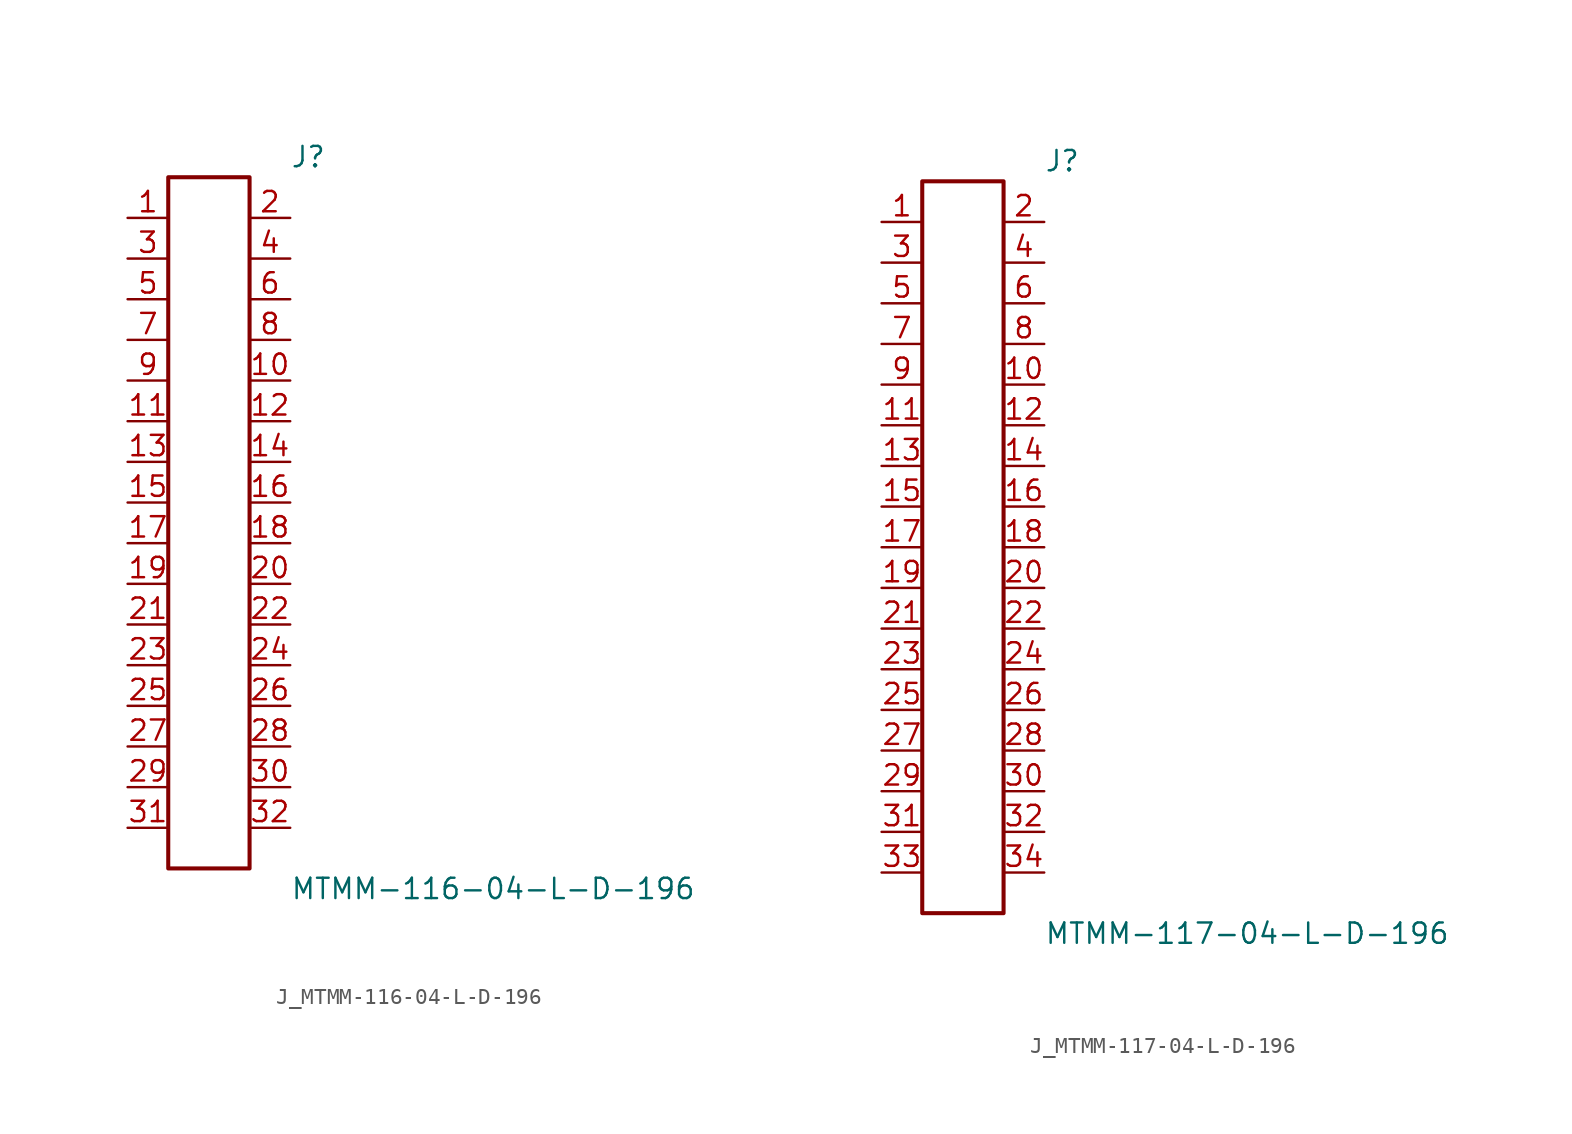
<source format=kicad_sym>
(kicad_symbol_lib
  (version 20231120)
  (generator kicad_symbol_editor)
  (generator_version 8.0)
  (symbol "J_MTMM-116-04-L-D-196"
    (pin_names
      (offset 0.254))
    (property "Reference" "J"
      (at 5.08 22.86 0)
      (effects (font (size 1.27 1.27)) (justify left)))
    (property "Value" "MTMM-116-04-L-D-196"
      (at 5.08 -22.86 0)
      (effects (font (size 1.27 1.27)) (justify left)))
    (symbol "J_MTMM-116-04-L-D-196_0_0"
      (pin passive line (at -5.08 19.05 0) (length 2.54) (name "" (effects (font (size 1.27 1.27)))) (number "1" (effects (font (size 1.27 1.27)))))
      (pin passive line (at 5.08 19.05 180) (length 2.54) (name "" (effects (font (size 1.27 1.27)))) (number "2" (effects (font (size 1.27 1.27)))))
      (pin passive line (at -5.08 16.51 0) (length 2.54) (name "" (effects (font (size 1.27 1.27)))) (number "3" (effects (font (size 1.27 1.27)))))
      (pin passive line (at 5.08 16.51 180) (length 2.54) (name "" (effects (font (size 1.27 1.27)))) (number "4" (effects (font (size 1.27 1.27)))))
      (pin passive line (at -5.08 13.97 0) (length 2.54) (name "" (effects (font (size 1.27 1.27)))) (number "5" (effects (font (size 1.27 1.27)))))
      (pin passive line (at 5.08 13.97 180) (length 2.54) (name "" (effects (font (size 1.27 1.27)))) (number "6" (effects (font (size 1.27 1.27)))))
      (pin passive line (at -5.08 11.43 0) (length 2.54) (name "" (effects (font (size 1.27 1.27)))) (number "7" (effects (font (size 1.27 1.27)))))
      (pin passive line (at 5.08 11.43 180) (length 2.54) (name "" (effects (font (size 1.27 1.27)))) (number "8" (effects (font (size 1.27 1.27)))))
      (pin passive line (at -5.08 8.89 0) (length 2.54) (name "" (effects (font (size 1.27 1.27)))) (number "9" (effects (font (size 1.27 1.27)))))
      (pin passive line (at 5.08 8.89 180) (length 2.54) (name "" (effects (font (size 1.27 1.27)))) (number "10" (effects (font (size 1.27 1.27)))))
      (pin passive line (at -5.08 6.35 0) (length 2.54) (name "" (effects (font (size 1.27 1.27)))) (number "11" (effects (font (size 1.27 1.27)))))
      (pin passive line (at 5.08 6.35 180) (length 2.54) (name "" (effects (font (size 1.27 1.27)))) (number "12" (effects (font (size 1.27 1.27)))))
      (pin passive line (at -5.08 3.81 0) (length 2.54) (name "" (effects (font (size 1.27 1.27)))) (number "13" (effects (font (size 1.27 1.27)))))
      (pin passive line (at 5.08 3.81 180) (length 2.54) (name "" (effects (font (size 1.27 1.27)))) (number "14" (effects (font (size 1.27 1.27)))))
      (pin passive line (at -5.08 1.27 0) (length 2.54) (name "" (effects (font (size 1.27 1.27)))) (number "15" (effects (font (size 1.27 1.27)))))
      (pin passive line (at 5.08 1.27 180) (length 2.54) (name "" (effects (font (size 1.27 1.27)))) (number "16" (effects (font (size 1.27 1.27)))))
      (pin passive line (at -5.08 -1.27 0) (length 2.54) (name "" (effects (font (size 1.27 1.27)))) (number "17" (effects (font (size 1.27 1.27)))))
      (pin passive line (at 5.08 -1.27 180) (length 2.54) (name "" (effects (font (size 1.27 1.27)))) (number "18" (effects (font (size 1.27 1.27)))))
      (pin passive line (at -5.08 -3.81 0) (length 2.54) (name "" (effects (font (size 1.27 1.27)))) (number "19" (effects (font (size 1.27 1.27)))))
      (pin passive line (at 5.08 -3.81 180) (length 2.54) (name "" (effects (font (size 1.27 1.27)))) (number "20" (effects (font (size 1.27 1.27)))))
      (pin passive line (at -5.08 -6.35 0) (length 2.54) (name "" (effects (font (size 1.27 1.27)))) (number "21" (effects (font (size 1.27 1.27)))))
      (pin passive line (at 5.08 -6.35 180) (length 2.54) (name "" (effects (font (size 1.27 1.27)))) (number "22" (effects (font (size 1.27 1.27)))))
      (pin passive line (at -5.08 -8.89 0) (length 2.54) (name "" (effects (font (size 1.27 1.27)))) (number "23" (effects (font (size 1.27 1.27)))))
      (pin passive line (at 5.08 -8.89 180) (length 2.54) (name "" (effects (font (size 1.27 1.27)))) (number "24" (effects (font (size 1.27 1.27)))))
      (pin passive line (at -5.08 -11.43 0) (length 2.54) (name "" (effects (font (size 1.27 1.27)))) (number "25" (effects (font (size 1.27 1.27)))))
      (pin passive line (at 5.08 -11.43 180) (length 2.54) (name "" (effects (font (size 1.27 1.27)))) (number "26" (effects (font (size 1.27 1.27)))))
      (pin passive line (at -5.08 -13.97 0) (length 2.54) (name "" (effects (font (size 1.27 1.27)))) (number "27" (effects (font (size 1.27 1.27)))))
      (pin passive line (at 5.08 -13.97 180) (length 2.54) (name "" (effects (font (size 1.27 1.27)))) (number "28" (effects (font (size 1.27 1.27)))))
      (pin passive line (at -5.08 -16.51 0) (length 2.54) (name "" (effects (font (size 1.27 1.27)))) (number "29" (effects (font (size 1.27 1.27)))))
      (pin passive line (at 5.08 -16.51 180) (length 2.54) (name "" (effects (font (size 1.27 1.27)))) (number "30" (effects (font (size 1.27 1.27)))))
      (pin passive line (at -5.08 -19.05 0) (length 2.54) (name "" (effects (font (size 1.27 1.27)))) (number "31" (effects (font (size 1.27 1.27)))))
      (pin passive line (at 5.08 -19.05 180) (length 2.54) (name "" (effects (font (size 1.27 1.27)))) (number "32" (effects (font (size 1.27 1.27))))))
    (symbol "J_MTMM-116-04-L-D-196_1_0"
      (rectangle (start -2.54 21.59) (end 2.54 -21.59) (stroke (width 0.254) (type solid)) (fill (type none)))))
  (symbol "J_MTMM-117-04-L-D-196"
    (pin_names
      (offset 0.254))
    (property "Reference" "J"
      (at 5.08 24.13 0)
      (effects (font (size 1.27 1.27)) (justify left)))
    (property "Value" "MTMM-117-04-L-D-196"
      (at 5.08 -24.13 0)
      (effects (font (size 1.27 1.27)) (justify left)))
    (symbol "J_MTMM-117-04-L-D-196_0_0"
      (pin passive line (at -5.08 20.32 0) (length 2.54) (name "" (effects (font (size 1.27 1.27)))) (number "1" (effects (font (size 1.27 1.27)))))
      (pin passive line (at 5.08 20.32 180) (length 2.54) (name "" (effects (font (size 1.27 1.27)))) (number "2" (effects (font (size 1.27 1.27)))))
      (pin passive line (at -5.08 17.78 0) (length 2.54) (name "" (effects (font (size 1.27 1.27)))) (number "3" (effects (font (size 1.27 1.27)))))
      (pin passive line (at 5.08 17.78 180) (length 2.54) (name "" (effects (font (size 1.27 1.27)))) (number "4" (effects (font (size 1.27 1.27)))))
      (pin passive line (at -5.08 15.24 0) (length 2.54) (name "" (effects (font (size 1.27 1.27)))) (number "5" (effects (font (size 1.27 1.27)))))
      (pin passive line (at 5.08 15.24 180) (length 2.54) (name "" (effects (font (size 1.27 1.27)))) (number "6" (effects (font (size 1.27 1.27)))))
      (pin passive line (at -5.08 12.7 0) (length 2.54) (name "" (effects (font (size 1.27 1.27)))) (number "7" (effects (font (size 1.27 1.27)))))
      (pin passive line (at 5.08 12.7 180) (length 2.54) (name "" (effects (font (size 1.27 1.27)))) (number "8" (effects (font (size 1.27 1.27)))))
      (pin passive line (at -5.08 10.16 0) (length 2.54) (name "" (effects (font (size 1.27 1.27)))) (number "9" (effects (font (size 1.27 1.27)))))
      (pin passive line (at 5.08 10.16 180) (length 2.54) (name "" (effects (font (size 1.27 1.27)))) (number "10" (effects (font (size 1.27 1.27)))))
      (pin passive line (at -5.08 7.62 0) (length 2.54) (name "" (effects (font (size 1.27 1.27)))) (number "11" (effects (font (size 1.27 1.27)))))
      (pin passive line (at 5.08 7.62 180) (length 2.54) (name "" (effects (font (size 1.27 1.27)))) (number "12" (effects (font (size 1.27 1.27)))))
      (pin passive line (at -5.08 5.08 0) (length 2.54) (name "" (effects (font (size 1.27 1.27)))) (number "13" (effects (font (size 1.27 1.27)))))
      (pin passive line (at 5.08 5.08 180) (length 2.54) (name "" (effects (font (size 1.27 1.27)))) (number "14" (effects (font (size 1.27 1.27)))))
      (pin passive line (at -5.08 2.54 0) (length 2.54) (name "" (effects (font (size 1.27 1.27)))) (number "15" (effects (font (size 1.27 1.27)))))
      (pin passive line (at 5.08 2.54 180) (length 2.54) (name "" (effects (font (size 1.27 1.27)))) (number "16" (effects (font (size 1.27 1.27)))))
      (pin passive line (at -5.08 0.0 0) (length 2.54) (name "" (effects (font (size 1.27 1.27)))) (number "17" (effects (font (size 1.27 1.27)))))
      (pin passive line (at 5.08 0.0 180) (length 2.54) (name "" (effects (font (size 1.27 1.27)))) (number "18" (effects (font (size 1.27 1.27)))))
      (pin passive line (at -5.08 -2.54 0) (length 2.54) (name "" (effects (font (size 1.27 1.27)))) (number "19" (effects (font (size 1.27 1.27)))))
      (pin passive line (at 5.08 -2.54 180) (length 2.54) (name "" (effects (font (size 1.27 1.27)))) (number "20" (effects (font (size 1.27 1.27)))))
      (pin passive line (at -5.08 -5.08 0) (length 2.54) (name "" (effects (font (size 1.27 1.27)))) (number "21" (effects (font (size 1.27 1.27)))))
      (pin passive line (at 5.08 -5.08 180) (length 2.54) (name "" (effects (font (size 1.27 1.27)))) (number "22" (effects (font (size 1.27 1.27)))))
      (pin passive line (at -5.08 -7.62 0) (length 2.54) (name "" (effects (font (size 1.27 1.27)))) (number "23" (effects (font (size 1.27 1.27)))))
      (pin passive line (at 5.08 -7.62 180) (length 2.54) (name "" (effects (font (size 1.27 1.27)))) (number "24" (effects (font (size 1.27 1.27)))))
      (pin passive line (at -5.08 -10.16 0) (length 2.54) (name "" (effects (font (size 1.27 1.27)))) (number "25" (effects (font (size 1.27 1.27)))))
      (pin passive line (at 5.08 -10.16 180) (length 2.54) (name "" (effects (font (size 1.27 1.27)))) (number "26" (effects (font (size 1.27 1.27)))))
      (pin passive line (at -5.08 -12.7 0) (length 2.54) (name "" (effects (font (size 1.27 1.27)))) (number "27" (effects (font (size 1.27 1.27)))))
      (pin passive line (at 5.08 -12.7 180) (length 2.54) (name "" (effects (font (size 1.27 1.27)))) (number "28" (effects (font (size 1.27 1.27)))))
      (pin passive line (at -5.08 -15.24 0) (length 2.54) (name "" (effects (font (size 1.27 1.27)))) (number "29" (effects (font (size 1.27 1.27)))))
      (pin passive line (at 5.08 -15.24 180) (length 2.54) (name "" (effects (font (size 1.27 1.27)))) (number "30" (effects (font (size 1.27 1.27)))))
      (pin passive line (at -5.08 -17.78 0) (length 2.54) (name "" (effects (font (size 1.27 1.27)))) (number "31" (effects (font (size 1.27 1.27)))))
      (pin passive line (at 5.08 -17.78 180) (length 2.54) (name "" (effects (font (size 1.27 1.27)))) (number "32" (effects (font (size 1.27 1.27)))))
      (pin passive line (at -5.08 -20.32 0) (length 2.54) (name "" (effects (font (size 1.27 1.27)))) (number "33" (effects (font (size 1.27 1.27)))))
      (pin passive line (at 5.08 -20.32 180) (length 2.54) (name "" (effects (font (size 1.27 1.27)))) (number "34" (effects (font (size 1.27 1.27))))))
    (symbol "J_MTMM-117-04-L-D-196_1_0"
      (rectangle (start -2.54 22.86) (end 2.54 -22.86) (stroke (width 0.254) (type solid)) (fill (type none))))))
</source>
